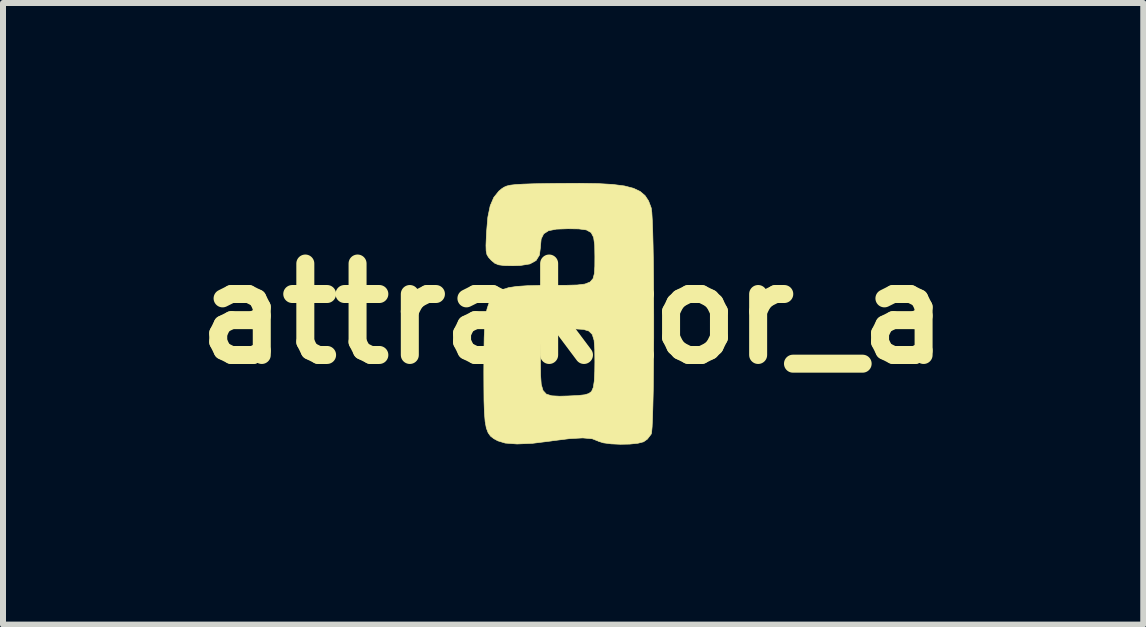
<source format=kicad_pcb>
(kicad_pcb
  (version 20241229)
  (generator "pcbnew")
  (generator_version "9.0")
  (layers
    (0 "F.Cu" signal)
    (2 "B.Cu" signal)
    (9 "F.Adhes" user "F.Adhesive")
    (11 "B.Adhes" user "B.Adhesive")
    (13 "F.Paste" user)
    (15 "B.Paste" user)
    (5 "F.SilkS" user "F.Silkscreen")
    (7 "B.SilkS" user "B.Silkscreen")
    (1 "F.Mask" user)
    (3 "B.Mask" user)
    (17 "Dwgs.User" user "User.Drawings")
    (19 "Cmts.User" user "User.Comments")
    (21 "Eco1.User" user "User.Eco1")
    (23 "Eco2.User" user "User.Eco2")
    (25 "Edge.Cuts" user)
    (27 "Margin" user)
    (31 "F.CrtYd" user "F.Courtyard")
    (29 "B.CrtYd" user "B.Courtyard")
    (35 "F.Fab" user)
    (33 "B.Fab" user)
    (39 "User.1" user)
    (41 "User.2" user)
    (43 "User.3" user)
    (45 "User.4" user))
  (footprint "attraktor_a"
    (layer "F.Cu")
    (at 6.502 2.177)
    (property "Reference" "attraktor_a" (at 0 0 0) (layer "F.SilkS") (effects (font (size 1.524 1.524) (thickness 0.3))))
    (attr through_hole)
    (fp_poly (pts (xy 0.414 -2.167) (xy 0.66 -2.153) (xy 0.855 -2.128) (xy 1.006 -2.089) (xy 1.118 -2.036) (xy 1.2 -1.966) (xy 1.258 -1.878) (xy 1.299 -1.77) (xy 1.303 -1.757) (xy 1.312 -1.687) (xy 1.32 -1.555) (xy 1.327 -1.369) (xy 1.333 -1.138) (xy 1.338 -0.871) (xy 1.341 -0.576) (xy 1.343 -0.263) (xy 1.344 0.061) (xy 1.344 0.386) (xy 1.342 0.705) (xy 1.339 1.008) (xy 1.336 1.286) (xy 1.33 1.532) (xy 1.324 1.736) (xy 1.317 1.889) (xy 1.308 1.984) (xy 1.302 2.008) (xy 1.238 2.092) (xy 1.174 2.137) (xy 1.08 2.161) (xy 0.944 2.175) (xy 0.788 2.178) (xy 0.634 2.171) (xy 0.505 2.154) (xy 0.422 2.128) (xy 0.415 2.124) (xy 0.319 2.086) (xy 0.161 2.072) (xy -0.06 2.084) (xy -0.347 2.12) (xy -0.363 2.123) (xy -0.676 2.162) (xy -0.934 2.173) (xy -1.132 2.158) (xy -1.254 2.121) (xy -1.322 2.084) (xy -1.376 2.042) (xy -1.416 1.986) (xy -1.446 1.908) (xy -1.466 1.799) (xy -1.478 1.65) (xy -1.485 1.452) (xy -1.487 1.197) (xy -1.488 0.974) (xy -1.487 0.808) (xy -0.544 0.808) (xy -0.542 1.025) (xy -0.531 1.18) (xy -0.501 1.282) (xy -0.446 1.342) (xy -0.356 1.37) (xy -0.224 1.377) (xy -0.083 1.373) (xy 0.083 1.365) (xy 0.193 1.353) (xy 0.26 1.333) (xy 0.301 1.303) (xy 0.311 1.29) (xy 0.337 1.23) (xy 0.353 1.124) (xy 0.361 0.964) (xy 0.363 0.803) (xy 0.361 0.593) (xy 0.35 0.445) (xy 0.32 0.348) (xy 0.264 0.291) (xy 0.173 0.263) (xy 0.037 0.255) (xy -0.078 0.254) (xy -0.256 0.257) (xy -0.381 0.273) (xy -0.464 0.313) (xy -0.513 0.388) (xy -0.536 0.508) (xy -0.544 0.684) (xy -0.544 0.808) (xy -1.487 0.808) (xy -1.486 0.656) (xy -1.482 0.401) (xy -1.473 0.2) (xy -1.458 0.046) (xy -1.436 -0.072) (xy -1.407 -0.162) (xy -1.368 -0.234) (xy -1.318 -0.295) (xy -1.314 -0.3) (xy -1.249 -0.358) (xy -1.172 -0.402) (xy -1.073 -0.433) (xy -0.939 -0.453) (xy -0.762 -0.465) (xy -0.529 -0.471) (xy -0.359 -0.472) (xy -0.114 -0.472) (xy 0.069 -0.477) (xy 0.198 -0.493) (xy 0.282 -0.526) (xy 0.332 -0.582) (xy 0.355 -0.668) (xy 0.362 -0.79) (xy 0.363 -0.95) (xy 0.36 -1.141) (xy 0.342 -1.271) (xy 0.3 -1.351) (xy 0.221 -1.395) (xy 0.095 -1.412) (xy -0.085 -1.415) (xy -0.277 -1.408) (xy -0.409 -1.382) (xy -0.49 -1.33) (xy -0.532 -1.245) (xy -0.544 -1.12) (xy -0.544 -1.109) (xy -0.561 -0.976) (xy -0.617 -0.885) (xy -0.72 -0.828) (xy -0.88 -0.802) (xy -1.004 -0.798) (xy -1.148 -0.801) (xy -1.241 -0.813) (xy -1.305 -0.839) (xy -1.361 -0.886) (xy -1.367 -0.892) (xy -1.409 -0.938) (xy -1.436 -0.983) (xy -1.449 -1.044) (xy -1.452 -1.137) (xy -1.446 -1.28) (xy -1.442 -1.362) (xy -1.421 -1.608) (xy -1.382 -1.796) (xy -1.322 -1.936) (xy -1.237 -2.042) (xy -1.186 -2.084) (xy -1.148 -2.108) (xy -1.104 -2.127) (xy -1.042 -2.141) (xy -0.954 -2.151) (xy -0.829 -2.158) (xy -0.657 -2.164) (xy -0.429 -2.168) (xy -0.262 -2.17) (xy 0.109 -2.172) (xy 0.414 -2.167)) (stroke (width 0.01) (type solid)) (fill yes) (layer "F.SilkS")))
  (gr_rect
    (start -3 -3)
    (end 16.005 7.36)
    (stroke (width 0.1) (type default))
    (fill no)
    (layer "Edge.Cuts")))
</source>
